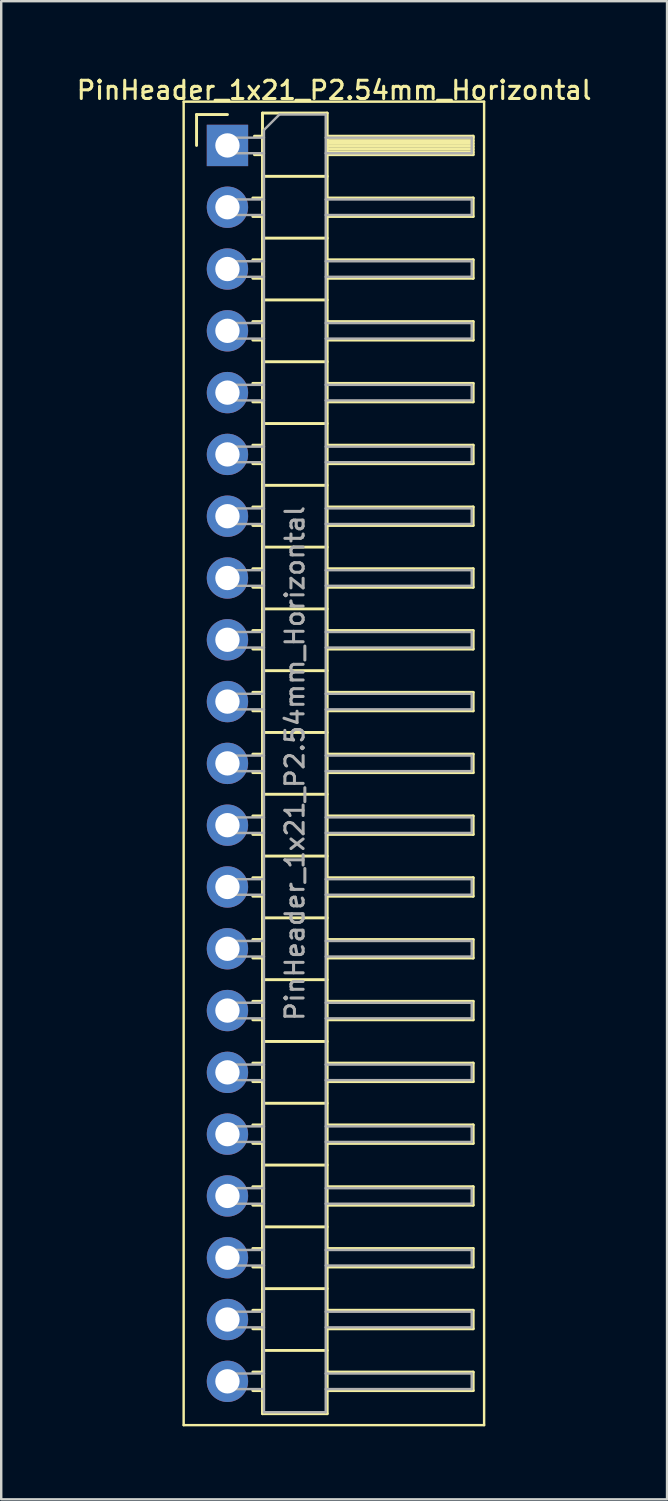
<source format=kicad_pcb>
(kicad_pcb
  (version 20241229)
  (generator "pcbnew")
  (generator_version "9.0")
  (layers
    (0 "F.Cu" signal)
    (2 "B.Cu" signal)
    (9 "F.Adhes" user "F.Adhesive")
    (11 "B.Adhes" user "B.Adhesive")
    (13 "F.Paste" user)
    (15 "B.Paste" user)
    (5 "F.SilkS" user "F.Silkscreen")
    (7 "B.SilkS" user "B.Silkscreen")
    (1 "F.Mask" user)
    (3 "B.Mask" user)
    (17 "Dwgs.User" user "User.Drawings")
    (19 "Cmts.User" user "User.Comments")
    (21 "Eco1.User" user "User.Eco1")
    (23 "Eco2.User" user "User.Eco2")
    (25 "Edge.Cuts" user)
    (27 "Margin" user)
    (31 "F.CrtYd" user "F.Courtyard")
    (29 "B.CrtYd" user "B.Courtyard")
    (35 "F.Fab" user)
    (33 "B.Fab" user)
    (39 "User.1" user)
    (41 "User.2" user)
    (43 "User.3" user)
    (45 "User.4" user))
  (footprint "PinHeader_1x21_P2.54mm_Horizontal"
    (layer "F.Cu")
    (at 6.299 2.928)
    (property "Reference" "PinHeader_1x21_P2.54mm_Horizontal" (at 4.385 -2.27 0) (layer "F.SilkS") (effects (font (size 0.75 0.75) (thickness 0.125))))
    (attr through_hole)
    (fp_line (start -1.8 -1.8) (end -1.8 52.6) (stroke (width 0.1) (type solid)) (layer "F.SilkS"))
    (fp_line (start -1.8 52.6) (end 10.55 52.6) (stroke (width 0.1) (type solid)) (layer "F.SilkS"))
    (fp_line (start -1.27 -1.27) (end 0 -1.27) (stroke (width 0.12) (type solid)) (layer "F.SilkS"))
    (fp_line (start -1.27 0) (end -1.27 -1.27) (stroke (width 0.12) (type solid)) (layer "F.SilkS"))
    (fp_line (start 1.043 2.16) (end 1.44 2.16) (stroke (width 0.12) (type solid)) (layer "F.SilkS"))
    (fp_line (start 1.043 2.92) (end 1.44 2.92) (stroke (width 0.12) (type solid)) (layer "F.SilkS"))
    (fp_line (start 1.043 4.7) (end 1.44 4.7) (stroke (width 0.12) (type solid)) (layer "F.SilkS"))
    (fp_line (start 1.043 5.46) (end 1.44 5.46) (stroke (width 0.12) (type solid)) (layer "F.SilkS"))
    (fp_line (start 1.043 7.24) (end 1.44 7.24) (stroke (width 0.12) (type solid)) (layer "F.SilkS"))
    (fp_line (start 1.043 8) (end 1.44 8) (stroke (width 0.12) (type solid)) (layer "F.SilkS"))
    (fp_line (start 1.043 9.78) (end 1.44 9.78) (stroke (width 0.12) (type solid)) (layer "F.SilkS"))
    (fp_line (start 1.043 10.54) (end 1.44 10.54) (stroke (width 0.12) (type solid)) (layer "F.SilkS"))
    (fp_line (start 1.043 12.32) (end 1.44 12.32) (stroke (width 0.12) (type solid)) (layer "F.SilkS"))
    (fp_line (start 1.043 13.08) (end 1.44 13.08) (stroke (width 0.12) (type solid)) (layer "F.SilkS"))
    (fp_line (start 1.043 14.86) (end 1.44 14.86) (stroke (width 0.12) (type solid)) (layer "F.SilkS"))
    (fp_line (start 1.043 15.62) (end 1.44 15.62) (stroke (width 0.12) (type solid)) (layer "F.SilkS"))
    (fp_line (start 1.043 17.4) (end 1.44 17.4) (stroke (width 0.12) (type solid)) (layer "F.SilkS"))
    (fp_line (start 1.043 18.16) (end 1.44 18.16) (stroke (width 0.12) (type solid)) (layer "F.SilkS"))
    (fp_line (start 1.043 19.94) (end 1.44 19.94) (stroke (width 0.12) (type solid)) (layer "F.SilkS"))
    (fp_line (start 1.043 20.7) (end 1.44 20.7) (stroke (width 0.12) (type solid)) (layer "F.SilkS"))
    (fp_line (start 1.043 22.48) (end 1.44 22.48) (stroke (width 0.12) (type solid)) (layer "F.SilkS"))
    (fp_line (start 1.043 23.24) (end 1.44 23.24) (stroke (width 0.12) (type solid)) (layer "F.SilkS"))
    (fp_line (start 1.043 25.02) (end 1.44 25.02) (stroke (width 0.12) (type solid)) (layer "F.SilkS"))
    (fp_line (start 1.043 25.78) (end 1.44 25.78) (stroke (width 0.12) (type solid)) (layer "F.SilkS"))
    (fp_line (start 1.043 27.56) (end 1.44 27.56) (stroke (width 0.12) (type solid)) (layer "F.SilkS"))
    (fp_line (start 1.043 28.32) (end 1.44 28.32) (stroke (width 0.12) (type solid)) (layer "F.SilkS"))
    (fp_line (start 1.043 30.1) (end 1.44 30.1) (stroke (width 0.12) (type solid)) (layer "F.SilkS"))
    (fp_line (start 1.043 30.86) (end 1.44 30.86) (stroke (width 0.12) (type solid)) (layer "F.SilkS"))
    (fp_line (start 1.043 32.64) (end 1.44 32.64) (stroke (width 0.12) (type solid)) (layer "F.SilkS"))
    (fp_line (start 1.043 33.4) (end 1.44 33.4) (stroke (width 0.12) (type solid)) (layer "F.SilkS"))
    (fp_line (start 1.043 35.18) (end 1.44 35.18) (stroke (width 0.12) (type solid)) (layer "F.SilkS"))
    (fp_line (start 1.043 35.94) (end 1.44 35.94) (stroke (width 0.12) (type solid)) (layer "F.SilkS"))
    (fp_line (start 1.043 37.72) (end 1.44 37.72) (stroke (width 0.12) (type solid)) (layer "F.SilkS"))
    (fp_line (start 1.043 38.48) (end 1.44 38.48) (stroke (width 0.12) (type solid)) (layer "F.SilkS"))
    (fp_line (start 1.043 40.26) (end 1.44 40.26) (stroke (width 0.12) (type solid)) (layer "F.SilkS"))
    (fp_line (start 1.043 41.02) (end 1.44 41.02) (stroke (width 0.12) (type solid)) (layer "F.SilkS"))
    (fp_line (start 1.043 42.8) (end 1.44 42.8) (stroke (width 0.12) (type solid)) (layer "F.SilkS"))
    (fp_line (start 1.043 43.56) (end 1.44 43.56) (stroke (width 0.12) (type solid)) (layer "F.SilkS"))
    (fp_line (start 1.043 45.34) (end 1.44 45.34) (stroke (width 0.12) (type solid)) (layer "F.SilkS"))
    (fp_line (start 1.043 46.1) (end 1.44 46.1) (stroke (width 0.12) (type solid)) (layer "F.SilkS"))
    (fp_line (start 1.043 47.88) (end 1.44 47.88) (stroke (width 0.12) (type solid)) (layer "F.SilkS"))
    (fp_line (start 1.043 48.64) (end 1.44 48.64) (stroke (width 0.12) (type solid)) (layer "F.SilkS"))
    (fp_line (start 1.043 50.42) (end 1.44 50.42) (stroke (width 0.12) (type solid)) (layer "F.SilkS"))
    (fp_line (start 1.043 51.18) (end 1.44 51.18) (stroke (width 0.12) (type solid)) (layer "F.SilkS"))
    (fp_line (start 1.11 -0.38) (end 1.44 -0.38) (stroke (width 0.12) (type solid)) (layer "F.SilkS"))
    (fp_line (start 1.11 0.38) (end 1.44 0.38) (stroke (width 0.12) (type solid)) (layer "F.SilkS"))
    (fp_line (start 1.44 -1.33) (end 1.44 52.13) (stroke (width 0.12) (type solid)) (layer "F.SilkS"))
    (fp_line (start 1.44 1.27) (end 4.1 1.27) (stroke (width 0.12) (type solid)) (layer "F.SilkS"))
    (fp_line (start 1.44 3.81) (end 4.1 3.81) (stroke (width 0.12) (type solid)) (layer "F.SilkS"))
    (fp_line (start 1.44 6.35) (end 4.1 6.35) (stroke (width 0.12) (type solid)) (layer "F.SilkS"))
    (fp_line (start 1.44 8.89) (end 4.1 8.89) (stroke (width 0.12) (type solid)) (layer "F.SilkS"))
    (fp_line (start 1.44 11.43) (end 4.1 11.43) (stroke (width 0.12) (type solid)) (layer "F.SilkS"))
    (fp_line (start 1.44 13.97) (end 4.1 13.97) (stroke (width 0.12) (type solid)) (layer "F.SilkS"))
    (fp_line (start 1.44 16.51) (end 4.1 16.51) (stroke (width 0.12) (type solid)) (layer "F.SilkS"))
    (fp_line (start 1.44 19.05) (end 4.1 19.05) (stroke (width 0.12) (type solid)) (layer "F.SilkS"))
    (fp_line (start 1.44 21.59) (end 4.1 21.59) (stroke (width 0.12) (type solid)) (layer "F.SilkS"))
    (fp_line (start 1.44 24.13) (end 4.1 24.13) (stroke (width 0.12) (type solid)) (layer "F.SilkS"))
    (fp_line (start 1.44 26.67) (end 4.1 26.67) (stroke (width 0.12) (type solid)) (layer "F.SilkS"))
    (fp_line (start 1.44 29.21) (end 4.1 29.21) (stroke (width 0.12) (type solid)) (layer "F.SilkS"))
    (fp_line (start 1.44 31.75) (end 4.1 31.75) (stroke (width 0.12) (type solid)) (layer "F.SilkS"))
    (fp_line (start 1.44 34.29) (end 4.1 34.29) (stroke (width 0.12) (type solid)) (layer "F.SilkS"))
    (fp_line (start 1.44 36.83) (end 4.1 36.83) (stroke (width 0.12) (type solid)) (layer "F.SilkS"))
    (fp_line (start 1.44 39.37) (end 4.1 39.37) (stroke (width 0.12) (type solid)) (layer "F.SilkS"))
    (fp_line (start 1.44 41.91) (end 4.1 41.91) (stroke (width 0.12) (type solid)) (layer "F.SilkS"))
    (fp_line (start 1.44 44.45) (end 4.1 44.45) (stroke (width 0.12) (type solid)) (layer "F.SilkS"))
    (fp_line (start 1.44 46.99) (end 4.1 46.99) (stroke (width 0.12) (type solid)) (layer "F.SilkS"))
    (fp_line (start 1.44 49.53) (end 4.1 49.53) (stroke (width 0.12) (type solid)) (layer "F.SilkS"))
    (fp_line (start 1.44 52.13) (end 4.1 52.13) (stroke (width 0.12) (type solid)) (layer "F.SilkS"))
    (fp_line (start 4.1 -1.33) (end 1.44 -1.33) (stroke (width 0.12) (type solid)) (layer "F.SilkS"))
    (fp_line (start 4.1 -0.38) (end 10.1 -0.38) (stroke (width 0.12) (type solid)) (layer "F.SilkS"))
    (fp_line (start 4.1 -0.32) (end 10.1 -0.32) (stroke (width 0.12) (type solid)) (layer "F.SilkS"))
    (fp_line (start 4.1 -0.2) (end 10.1 -0.2) (stroke (width 0.12) (type solid)) (layer "F.SilkS"))
    (fp_line (start 4.1 -0.08) (end 10.1 -0.08) (stroke (width 0.12) (type solid)) (layer "F.SilkS"))
    (fp_line (start 4.1 0.04) (end 10.1 0.04) (stroke (width 0.12) (type solid)) (layer "F.SilkS"))
    (fp_line (start 4.1 0.16) (end 10.1 0.16) (stroke (width 0.12) (type solid)) (layer "F.SilkS"))
    (fp_line (start 4.1 0.28) (end 10.1 0.28) (stroke (width 0.12) (type solid)) (layer "F.SilkS"))
    (fp_line (start 4.1 2.16) (end 10.1 2.16) (stroke (width 0.12) (type solid)) (layer "F.SilkS"))
    (fp_line (start 4.1 4.7) (end 10.1 4.7) (stroke (width 0.12) (type solid)) (layer "F.SilkS"))
    (fp_line (start 4.1 7.24) (end 10.1 7.24) (stroke (width 0.12) (type solid)) (layer "F.SilkS"))
    (fp_line (start 4.1 9.78) (end 10.1 9.78) (stroke (width 0.12) (type solid)) (layer "F.SilkS"))
    (fp_line (start 4.1 12.32) (end 10.1 12.32) (stroke (width 0.12) (type solid)) (layer "F.SilkS"))
    (fp_line (start 4.1 14.86) (end 10.1 14.86) (stroke (width 0.12) (type solid)) (layer "F.SilkS"))
    (fp_line (start 4.1 17.4) (end 10.1 17.4) (stroke (width 0.12) (type solid)) (layer "F.SilkS"))
    (fp_line (start 4.1 19.94) (end 10.1 19.94) (stroke (width 0.12) (type solid)) (layer "F.SilkS"))
    (fp_line (start 4.1 22.48) (end 10.1 22.48) (stroke (width 0.12) (type solid)) (layer "F.SilkS"))
    (fp_line (start 4.1 25.02) (end 10.1 25.02) (stroke (width 0.12) (type solid)) (layer "F.SilkS"))
    (fp_line (start 4.1 27.56) (end 10.1 27.56) (stroke (width 0.12) (type solid)) (layer "F.SilkS"))
    (fp_line (start 4.1 30.1) (end 10.1 30.1) (stroke (width 0.12) (type solid)) (layer "F.SilkS"))
    (fp_line (start 4.1 32.64) (end 10.1 32.64) (stroke (width 0.12) (type solid)) (layer "F.SilkS"))
    (fp_line (start 4.1 35.18) (end 10.1 35.18) (stroke (width 0.12) (type solid)) (layer "F.SilkS"))
    (fp_line (start 4.1 37.72) (end 10.1 37.72) (stroke (width 0.12) (type solid)) (layer "F.SilkS"))
    (fp_line (start 4.1 40.26) (end 10.1 40.26) (stroke (width 0.12) (type solid)) (layer "F.SilkS"))
    (fp_line (start 4.1 42.8) (end 10.1 42.8) (stroke (width 0.12) (type solid)) (layer "F.SilkS"))
    (fp_line (start 4.1 45.34) (end 10.1 45.34) (stroke (width 0.12) (type solid)) (layer "F.SilkS"))
    (fp_line (start 4.1 47.88) (end 10.1 47.88) (stroke (width 0.12) (type solid)) (layer "F.SilkS"))
    (fp_line (start 4.1 50.42) (end 10.1 50.42) (stroke (width 0.12) (type solid)) (layer "F.SilkS"))
    (fp_line (start 4.1 52.13) (end 4.1 -1.33) (stroke (width 0.12) (type solid)) (layer "F.SilkS"))
    (fp_line (start 10.1 -0.38) (end 10.1 0.38) (stroke (width 0.12) (type solid)) (layer "F.SilkS"))
    (fp_line (start 10.1 0.38) (end 4.1 0.38) (stroke (width 0.12) (type solid)) (layer "F.SilkS"))
    (fp_line (start 10.1 2.16) (end 10.1 2.92) (stroke (width 0.12) (type solid)) (layer "F.SilkS"))
    (fp_line (start 10.1 2.92) (end 4.1 2.92) (stroke (width 0.12) (type solid)) (layer "F.SilkS"))
    (fp_line (start 10.1 4.7) (end 10.1 5.46) (stroke (width 0.12) (type solid)) (layer "F.SilkS"))
    (fp_line (start 10.1 5.46) (end 4.1 5.46) (stroke (width 0.12) (type solid)) (layer "F.SilkS"))
    (fp_line (start 10.1 7.24) (end 10.1 8) (stroke (width 0.12) (type solid)) (layer "F.SilkS"))
    (fp_line (start 10.1 8) (end 4.1 8) (stroke (width 0.12) (type solid)) (layer "F.SilkS"))
    (fp_line (start 10.1 9.78) (end 10.1 10.54) (stroke (width 0.12) (type solid)) (layer "F.SilkS"))
    (fp_line (start 10.1 10.54) (end 4.1 10.54) (stroke (width 0.12) (type solid)) (layer "F.SilkS"))
    (fp_line (start 10.1 12.32) (end 10.1 13.08) (stroke (width 0.12) (type solid)) (layer "F.SilkS"))
    (fp_line (start 10.1 13.08) (end 4.1 13.08) (stroke (width 0.12) (type solid)) (layer "F.SilkS"))
    (fp_line (start 10.1 14.86) (end 10.1 15.62) (stroke (width 0.12) (type solid)) (layer "F.SilkS"))
    (fp_line (start 10.1 15.62) (end 4.1 15.62) (stroke (width 0.12) (type solid)) (layer "F.SilkS"))
    (fp_line (start 10.1 17.4) (end 10.1 18.16) (stroke (width 0.12) (type solid)) (layer "F.SilkS"))
    (fp_line (start 10.1 18.16) (end 4.1 18.16) (stroke (width 0.12) (type solid)) (layer "F.SilkS"))
    (fp_line (start 10.1 19.94) (end 10.1 20.7) (stroke (width 0.12) (type solid)) (layer "F.SilkS"))
    (fp_line (start 10.1 20.7) (end 4.1 20.7) (stroke (width 0.12) (type solid)) (layer "F.SilkS"))
    (fp_line (start 10.1 22.48) (end 10.1 23.24) (stroke (width 0.12) (type solid)) (layer "F.SilkS"))
    (fp_line (start 10.1 23.24) (end 4.1 23.24) (stroke (width 0.12) (type solid)) (layer "F.SilkS"))
    (fp_line (start 10.1 25.02) (end 10.1 25.78) (stroke (width 0.12) (type solid)) (layer "F.SilkS"))
    (fp_line (start 10.1 25.78) (end 4.1 25.78) (stroke (width 0.12) (type solid)) (layer "F.SilkS"))
    (fp_line (start 10.1 27.56) (end 10.1 28.32) (stroke (width 0.12) (type solid)) (layer "F.SilkS"))
    (fp_line (start 10.1 28.32) (end 4.1 28.32) (stroke (width 0.12) (type solid)) (layer "F.SilkS"))
    (fp_line (start 10.1 30.1) (end 10.1 30.86) (stroke (width 0.12) (type solid)) (layer "F.SilkS"))
    (fp_line (start 10.1 30.86) (end 4.1 30.86) (stroke (width 0.12) (type solid)) (layer "F.SilkS"))
    (fp_line (start 10.1 32.64) (end 10.1 33.4) (stroke (width 0.12) (type solid)) (layer "F.SilkS"))
    (fp_line (start 10.1 33.4) (end 4.1 33.4) (stroke (width 0.12) (type solid)) (layer "F.SilkS"))
    (fp_line (start 10.1 35.18) (end 10.1 35.94) (stroke (width 0.12) (type solid)) (layer "F.SilkS"))
    (fp_line (start 10.1 35.94) (end 4.1 35.94) (stroke (width 0.12) (type solid)) (layer "F.SilkS"))
    (fp_line (start 10.1 37.72) (end 10.1 38.48) (stroke (width 0.12) (type solid)) (layer "F.SilkS"))
    (fp_line (start 10.1 38.48) (end 4.1 38.48) (stroke (width 0.12) (type solid)) (layer "F.SilkS"))
    (fp_line (start 10.1 40.26) (end 10.1 41.02) (stroke (width 0.12) (type solid)) (layer "F.SilkS"))
    (fp_line (start 10.1 41.02) (end 4.1 41.02) (stroke (width 0.12) (type solid)) (layer "F.SilkS"))
    (fp_line (start 10.1 42.8) (end 10.1 43.56) (stroke (width 0.12) (type solid)) (layer "F.SilkS"))
    (fp_line (start 10.1 43.56) (end 4.1 43.56) (stroke (width 0.12) (type solid)) (layer "F.SilkS"))
    (fp_line (start 10.1 45.34) (end 10.1 46.1) (stroke (width 0.12) (type solid)) (layer "F.SilkS"))
    (fp_line (start 10.1 46.1) (end 4.1 46.1) (stroke (width 0.12) (type solid)) (layer "F.SilkS"))
    (fp_line (start 10.1 47.88) (end 10.1 48.64) (stroke (width 0.12) (type solid)) (layer "F.SilkS"))
    (fp_line (start 10.1 48.64) (end 4.1 48.64) (stroke (width 0.12) (type solid)) (layer "F.SilkS"))
    (fp_line (start 10.1 50.42) (end 10.1 51.18) (stroke (width 0.12) (type solid)) (layer "F.SilkS"))
    (fp_line (start 10.1 51.18) (end 4.1 51.18) (stroke (width 0.12) (type solid)) (layer "F.SilkS"))
    (fp_line (start 10.55 -1.8) (end -1.8 -1.8) (stroke (width 0.1) (type solid)) (layer "F.SilkS"))
    (fp_line (start 10.55 52.6) (end 10.55 -1.8) (stroke (width 0.1) (type solid)) (layer "F.SilkS"))
    (fp_line (start -0.32 -0.32) (end -0.32 0.32) (stroke (width 0.1) (type solid)) (layer "F.Fab"))
    (fp_line (start -0.32 -0.32) (end 1.5 -0.32) (stroke (width 0.1) (type solid)) (layer "F.Fab"))
    (fp_line (start -0.32 0.32) (end 1.5 0.32) (stroke (width 0.1) (type solid)) (layer "F.Fab"))
    (fp_line (start -0.32 2.22) (end -0.32 2.86) (stroke (width 0.1) (type solid)) (layer "F.Fab"))
    (fp_line (start -0.32 2.22) (end 1.5 2.22) (stroke (width 0.1) (type solid)) (layer "F.Fab"))
    (fp_line (start -0.32 2.86) (end 1.5 2.86) (stroke (width 0.1) (type solid)) (layer "F.Fab"))
    (fp_line (start -0.32 4.76) (end -0.32 5.4) (stroke (width 0.1) (type solid)) (layer "F.Fab"))
    (fp_line (start -0.32 4.76) (end 1.5 4.76) (stroke (width 0.1) (type solid)) (layer "F.Fab"))
    (fp_line (start -0.32 5.4) (end 1.5 5.4) (stroke (width 0.1) (type solid)) (layer "F.Fab"))
    (fp_line (start -0.32 7.3) (end -0.32 7.94) (stroke (width 0.1) (type solid)) (layer "F.Fab"))
    (fp_line (start -0.32 7.3) (end 1.5 7.3) (stroke (width 0.1) (type solid)) (layer "F.Fab"))
    (fp_line (start -0.32 7.94) (end 1.5 7.94) (stroke (width 0.1) (type solid)) (layer "F.Fab"))
    (fp_line (start -0.32 9.84) (end -0.32 10.48) (stroke (width 0.1) (type solid)) (layer "F.Fab"))
    (fp_line (start -0.32 9.84) (end 1.5 9.84) (stroke (width 0.1) (type solid)) (layer "F.Fab"))
    (fp_line (start -0.32 10.48) (end 1.5 10.48) (stroke (width 0.1) (type solid)) (layer "F.Fab"))
    (fp_line (start -0.32 12.38) (end -0.32 13.02) (stroke (width 0.1) (type solid)) (layer "F.Fab"))
    (fp_line (start -0.32 12.38) (end 1.5 12.38) (stroke (width 0.1) (type solid)) (layer "F.Fab"))
    (fp_line (start -0.32 13.02) (end 1.5 13.02) (stroke (width 0.1) (type solid)) (layer "F.Fab"))
    (fp_line (start -0.32 14.92) (end -0.32 15.56) (stroke (width 0.1) (type solid)) (layer "F.Fab"))
    (fp_line (start -0.32 14.92) (end 1.5 14.92) (stroke (width 0.1) (type solid)) (layer "F.Fab"))
    (fp_line (start -0.32 15.56) (end 1.5 15.56) (stroke (width 0.1) (type solid)) (layer "F.Fab"))
    (fp_line (start -0.32 17.46) (end -0.32 18.1) (stroke (width 0.1) (type solid)) (layer "F.Fab"))
    (fp_line (start -0.32 17.46) (end 1.5 17.46) (stroke (width 0.1) (type solid)) (layer "F.Fab"))
    (fp_line (start -0.32 18.1) (end 1.5 18.1) (stroke (width 0.1) (type solid)) (layer "F.Fab"))
    (fp_line (start -0.32 20) (end -0.32 20.64) (stroke (width 0.1) (type solid)) (layer "F.Fab"))
    (fp_line (start -0.32 20) (end 1.5 20) (stroke (width 0.1) (type solid)) (layer "F.Fab"))
    (fp_line (start -0.32 20.64) (end 1.5 20.64) (stroke (width 0.1) (type solid)) (layer "F.Fab"))
    (fp_line (start -0.32 22.54) (end -0.32 23.18) (stroke (width 0.1) (type solid)) (layer "F.Fab"))
    (fp_line (start -0.32 22.54) (end 1.5 22.54) (stroke (width 0.1) (type solid)) (layer "F.Fab"))
    (fp_line (start -0.32 23.18) (end 1.5 23.18) (stroke (width 0.1) (type solid)) (layer "F.Fab"))
    (fp_line (start -0.32 25.08) (end -0.32 25.72) (stroke (width 0.1) (type solid)) (layer "F.Fab"))
    (fp_line (start -0.32 25.08) (end 1.5 25.08) (stroke (width 0.1) (type solid)) (layer "F.Fab"))
    (fp_line (start -0.32 25.72) (end 1.5 25.72) (stroke (width 0.1) (type solid)) (layer "F.Fab"))
    (fp_line (start -0.32 27.62) (end -0.32 28.26) (stroke (width 0.1) (type solid)) (layer "F.Fab"))
    (fp_line (start -0.32 27.62) (end 1.5 27.62) (stroke (width 0.1) (type solid)) (layer "F.Fab"))
    (fp_line (start -0.32 28.26) (end 1.5 28.26) (stroke (width 0.1) (type solid)) (layer "F.Fab"))
    (fp_line (start -0.32 30.16) (end -0.32 30.8) (stroke (width 0.1) (type solid)) (layer "F.Fab"))
    (fp_line (start -0.32 30.16) (end 1.5 30.16) (stroke (width 0.1) (type solid)) (layer "F.Fab"))
    (fp_line (start -0.32 30.8) (end 1.5 30.8) (stroke (width 0.1) (type solid)) (layer "F.Fab"))
    (fp_line (start -0.32 32.7) (end -0.32 33.34) (stroke (width 0.1) (type solid)) (layer "F.Fab"))
    (fp_line (start -0.32 32.7) (end 1.5 32.7) (stroke (width 0.1) (type solid)) (layer "F.Fab"))
    (fp_line (start -0.32 33.34) (end 1.5 33.34) (stroke (width 0.1) (type solid)) (layer "F.Fab"))
    (fp_line (start -0.32 35.24) (end -0.32 35.88) (stroke (width 0.1) (type solid)) (layer "F.Fab"))
    (fp_line (start -0.32 35.24) (end 1.5 35.24) (stroke (width 0.1) (type solid)) (layer "F.Fab"))
    (fp_line (start -0.32 35.88) (end 1.5 35.88) (stroke (width 0.1) (type solid)) (layer "F.Fab"))
    (fp_line (start -0.32 37.78) (end -0.32 38.42) (stroke (width 0.1) (type solid)) (layer "F.Fab"))
    (fp_line (start -0.32 37.78) (end 1.5 37.78) (stroke (width 0.1) (type solid)) (layer "F.Fab"))
    (fp_line (start -0.32 38.42) (end 1.5 38.42) (stroke (width 0.1) (type solid)) (layer "F.Fab"))
    (fp_line (start -0.32 40.32) (end -0.32 40.96) (stroke (width 0.1) (type solid)) (layer "F.Fab"))
    (fp_line (start -0.32 40.32) (end 1.5 40.32) (stroke (width 0.1) (type solid)) (layer "F.Fab"))
    (fp_line (start -0.32 40.96) (end 1.5 40.96) (stroke (width 0.1) (type solid)) (layer "F.Fab"))
    (fp_line (start -0.32 42.86) (end -0.32 43.5) (stroke (width 0.1) (type solid)) (layer "F.Fab"))
    (fp_line (start -0.32 42.86) (end 1.5 42.86) (stroke (width 0.1) (type solid)) (layer "F.Fab"))
    (fp_line (start -0.32 43.5) (end 1.5 43.5) (stroke (width 0.1) (type solid)) (layer "F.Fab"))
    (fp_line (start -0.32 45.4) (end -0.32 46.04) (stroke (width 0.1) (type solid)) (layer "F.Fab"))
    (fp_line (start -0.32 45.4) (end 1.5 45.4) (stroke (width 0.1) (type solid)) (layer "F.Fab"))
    (fp_line (start -0.32 46.04) (end 1.5 46.04) (stroke (width 0.1) (type solid)) (layer "F.Fab"))
    (fp_line (start -0.32 47.94) (end -0.32 48.58) (stroke (width 0.1) (type solid)) (layer "F.Fab"))
    (fp_line (start -0.32 47.94) (end 1.5 47.94) (stroke (width 0.1) (type solid)) (layer "F.Fab"))
    (fp_line (start -0.32 48.58) (end 1.5 48.58) (stroke (width 0.1) (type solid)) (layer "F.Fab"))
    (fp_line (start -0.32 50.48) (end -0.32 51.12) (stroke (width 0.1) (type solid)) (layer "F.Fab"))
    (fp_line (start -0.32 50.48) (end 1.5 50.48) (stroke (width 0.1) (type solid)) (layer "F.Fab"))
    (fp_line (start -0.32 51.12) (end 1.5 51.12) (stroke (width 0.1) (type solid)) (layer "F.Fab"))
    (fp_line (start 1.5 -0.635) (end 2.135 -1.27) (stroke (width 0.1) (type solid)) (layer "F.Fab"))
    (fp_line (start 1.5 52.07) (end 1.5 -0.635) (stroke (width 0.1) (type solid)) (layer "F.Fab"))
    (fp_line (start 2.135 -1.27) (end 4.04 -1.27) (stroke (width 0.1) (type solid)) (layer "F.Fab"))
    (fp_line (start 4.04 -1.27) (end 4.04 52.07) (stroke (width 0.1) (type solid)) (layer "F.Fab"))
    (fp_line (start 4.04 -0.32) (end 10.04 -0.32) (stroke (width 0.1) (type solid)) (layer "F.Fab"))
    (fp_line (start 4.04 0.32) (end 10.04 0.32) (stroke (width 0.1) (type solid)) (layer "F.Fab"))
    (fp_line (start 4.04 2.22) (end 10.04 2.22) (stroke (width 0.1) (type solid)) (layer "F.Fab"))
    (fp_line (start 4.04 2.86) (end 10.04 2.86) (stroke (width 0.1) (type solid)) (layer "F.Fab"))
    (fp_line (start 4.04 4.76) (end 10.04 4.76) (stroke (width 0.1) (type solid)) (layer "F.Fab"))
    (fp_line (start 4.04 5.4) (end 10.04 5.4) (stroke (width 0.1) (type solid)) (layer "F.Fab"))
    (fp_line (start 4.04 7.3) (end 10.04 7.3) (stroke (width 0.1) (type solid)) (layer "F.Fab"))
    (fp_line (start 4.04 7.94) (end 10.04 7.94) (stroke (width 0.1) (type solid)) (layer "F.Fab"))
    (fp_line (start 4.04 9.84) (end 10.04 9.84) (stroke (width 0.1) (type solid)) (layer "F.Fab"))
    (fp_line (start 4.04 10.48) (end 10.04 10.48) (stroke (width 0.1) (type solid)) (layer "F.Fab"))
    (fp_line (start 4.04 12.38) (end 10.04 12.38) (stroke (width 0.1) (type solid)) (layer "F.Fab"))
    (fp_line (start 4.04 13.02) (end 10.04 13.02) (stroke (width 0.1) (type solid)) (layer "F.Fab"))
    (fp_line (start 4.04 14.92) (end 10.04 14.92) (stroke (width 0.1) (type solid)) (layer "F.Fab"))
    (fp_line (start 4.04 15.56) (end 10.04 15.56) (stroke (width 0.1) (type solid)) (layer "F.Fab"))
    (fp_line (start 4.04 17.46) (end 10.04 17.46) (stroke (width 0.1) (type solid)) (layer "F.Fab"))
    (fp_line (start 4.04 18.1) (end 10.04 18.1) (stroke (width 0.1) (type solid)) (layer "F.Fab"))
    (fp_line (start 4.04 20) (end 10.04 20) (stroke (width 0.1) (type solid)) (layer "F.Fab"))
    (fp_line (start 4.04 20.64) (end 10.04 20.64) (stroke (width 0.1) (type solid)) (layer "F.Fab"))
    (fp_line (start 4.04 22.54) (end 10.04 22.54) (stroke (width 0.1) (type solid)) (layer "F.Fab"))
    (fp_line (start 4.04 23.18) (end 10.04 23.18) (stroke (width 0.1) (type solid)) (layer "F.Fab"))
    (fp_line (start 4.04 25.08) (end 10.04 25.08) (stroke (width 0.1) (type solid)) (layer "F.Fab"))
    (fp_line (start 4.04 25.72) (end 10.04 25.72) (stroke (width 0.1) (type solid)) (layer "F.Fab"))
    (fp_line (start 4.04 27.62) (end 10.04 27.62) (stroke (width 0.1) (type solid)) (layer "F.Fab"))
    (fp_line (start 4.04 28.26) (end 10.04 28.26) (stroke (width 0.1) (type solid)) (layer "F.Fab"))
    (fp_line (start 4.04 30.16) (end 10.04 30.16) (stroke (width 0.1) (type solid)) (layer "F.Fab"))
    (fp_line (start 4.04 30.8) (end 10.04 30.8) (stroke (width 0.1) (type solid)) (layer "F.Fab"))
    (fp_line (start 4.04 32.7) (end 10.04 32.7) (stroke (width 0.1) (type solid)) (layer "F.Fab"))
    (fp_line (start 4.04 33.34) (end 10.04 33.34) (stroke (width 0.1) (type solid)) (layer "F.Fab"))
    (fp_line (start 4.04 35.24) (end 10.04 35.24) (stroke (width 0.1) (type solid)) (layer "F.Fab"))
    (fp_line (start 4.04 35.88) (end 10.04 35.88) (stroke (width 0.1) (type solid)) (layer "F.Fab"))
    (fp_line (start 4.04 37.78) (end 10.04 37.78) (stroke (width 0.1) (type solid)) (layer "F.Fab"))
    (fp_line (start 4.04 38.42) (end 10.04 38.42) (stroke (width 0.1) (type solid)) (layer "F.Fab"))
    (fp_line (start 4.04 40.32) (end 10.04 40.32) (stroke (width 0.1) (type solid)) (layer "F.Fab"))
    (fp_line (start 4.04 40.96) (end 10.04 40.96) (stroke (width 0.1) (type solid)) (layer "F.Fab"))
    (fp_line (start 4.04 42.86) (end 10.04 42.86) (stroke (width 0.1) (type solid)) (layer "F.Fab"))
    (fp_line (start 4.04 43.5) (end 10.04 43.5) (stroke (width 0.1) (type solid)) (layer "F.Fab"))
    (fp_line (start 4.04 45.4) (end 10.04 45.4) (stroke (width 0.1) (type solid)) (layer "F.Fab"))
    (fp_line (start 4.04 46.04) (end 10.04 46.04) (stroke (width 0.1) (type solid)) (layer "F.Fab"))
    (fp_line (start 4.04 47.94) (end 10.04 47.94) (stroke (width 0.1) (type solid)) (layer "F.Fab"))
    (fp_line (start 4.04 48.58) (end 10.04 48.58) (stroke (width 0.1) (type solid)) (layer "F.Fab"))
    (fp_line (start 4.04 50.48) (end 10.04 50.48) (stroke (width 0.1) (type solid)) (layer "F.Fab"))
    (fp_line (start 4.04 51.12) (end 10.04 51.12) (stroke (width 0.1) (type solid)) (layer "F.Fab"))
    (fp_line (start 4.04 52.07) (end 1.5 52.07) (stroke (width 0.1) (type solid)) (layer "F.Fab"))
    (fp_line (start 10.04 -0.32) (end 10.04 0.32) (stroke (width 0.1) (type solid)) (layer "F.Fab"))
    (fp_line (start 10.04 2.22) (end 10.04 2.86) (stroke (width 0.1) (type solid)) (layer "F.Fab"))
    (fp_line (start 10.04 4.76) (end 10.04 5.4) (stroke (width 0.1) (type solid)) (layer "F.Fab"))
    (fp_line (start 10.04 7.3) (end 10.04 7.94) (stroke (width 0.1) (type solid)) (layer "F.Fab"))
    (fp_line (start 10.04 9.84) (end 10.04 10.48) (stroke (width 0.1) (type solid)) (layer "F.Fab"))
    (fp_line (start 10.04 12.38) (end 10.04 13.02) (stroke (width 0.1) (type solid)) (layer "F.Fab"))
    (fp_line (start 10.04 14.92) (end 10.04 15.56) (stroke (width 0.1) (type solid)) (layer "F.Fab"))
    (fp_line (start 10.04 17.46) (end 10.04 18.1) (stroke (width 0.1) (type solid)) (layer "F.Fab"))
    (fp_line (start 10.04 20) (end 10.04 20.64) (stroke (width 0.1) (type solid)) (layer "F.Fab"))
    (fp_line (start 10.04 22.54) (end 10.04 23.18) (stroke (width 0.1) (type solid)) (layer "F.Fab"))
    (fp_line (start 10.04 25.08) (end 10.04 25.72) (stroke (width 0.1) (type solid)) (layer "F.Fab"))
    (fp_line (start 10.04 27.62) (end 10.04 28.26) (stroke (width 0.1) (type solid)) (layer "F.Fab"))
    (fp_line (start 10.04 30.16) (end 10.04 30.8) (stroke (width 0.1) (type solid)) (layer "F.Fab"))
    (fp_line (start 10.04 32.7) (end 10.04 33.34) (stroke (width 0.1) (type solid)) (layer "F.Fab"))
    (fp_line (start 10.04 35.24) (end 10.04 35.88) (stroke (width 0.1) (type solid)) (layer "F.Fab"))
    (fp_line (start 10.04 37.78) (end 10.04 38.42) (stroke (width 0.1) (type solid)) (layer "F.Fab"))
    (fp_line (start 10.04 40.32) (end 10.04 40.96) (stroke (width 0.1) (type solid)) (layer "F.Fab"))
    (fp_line (start 10.04 42.86) (end 10.04 43.5) (stroke (width 0.1) (type solid)) (layer "F.Fab"))
    (fp_line (start 10.04 45.4) (end 10.04 46.04) (stroke (width 0.1) (type solid)) (layer "F.Fab"))
    (fp_line (start 10.04 47.94) (end 10.04 48.58) (stroke (width 0.1) (type solid)) (layer "F.Fab"))
    (fp_line (start 10.04 50.48) (end 10.04 51.12) (stroke (width 0.1) (type solid)) (layer "F.Fab"))
    (fp_text user "${REFERENCE}" (at 2.77 25.4 90) (layer "F.Fab") (effects (font (size 0.75 0.75) (thickness 0.125))))
    (pad "1" thru_hole rect (at 0 0) (size 1.7 1.7) (drill 1) (layers "*.Cu" "*.Mask"))
    (pad "2" thru_hole oval (at 0 2.54) (size 1.7 1.7) (drill 1) (layers "*.Cu" "*.Mask"))
    (pad "3" thru_hole oval (at 0 5.08) (size 1.7 1.7) (drill 1) (layers "*.Cu" "*.Mask"))
    (pad "4" thru_hole oval (at 0 7.62) (size 1.7 1.7) (drill 1) (layers "*.Cu" "*.Mask"))
    (pad "5" thru_hole oval (at 0 10.16) (size 1.7 1.7) (drill 1) (layers "*.Cu" "*.Mask"))
    (pad "6" thru_hole oval (at 0 12.7) (size 1.7 1.7) (drill 1) (layers "*.Cu" "*.Mask"))
    (pad "7" thru_hole oval (at 0 15.24) (size 1.7 1.7) (drill 1) (layers "*.Cu" "*.Mask"))
    (pad "8" thru_hole oval (at 0 17.78) (size 1.7 1.7) (drill 1) (layers "*.Cu" "*.Mask"))
    (pad "9" thru_hole oval (at 0 20.32) (size 1.7 1.7) (drill 1) (layers "*.Cu" "*.Mask"))
    (pad "10" thru_hole oval (at 0 22.86) (size 1.7 1.7) (drill 1) (layers "*.Cu" "*.Mask"))
    (pad "11" thru_hole oval (at 0 25.4) (size 1.7 1.7) (drill 1) (layers "*.Cu" "*.Mask"))
    (pad "12" thru_hole oval (at 0 27.94) (size 1.7 1.7) (drill 1) (layers "*.Cu" "*.Mask"))
    (pad "13" thru_hole oval (at 0 30.48) (size 1.7 1.7) (drill 1) (layers "*.Cu" "*.Mask"))
    (pad "14" thru_hole oval (at 0 33.02) (size 1.7 1.7) (drill 1) (layers "*.Cu" "*.Mask"))
    (pad "15" thru_hole oval (at 0 35.56) (size 1.7 1.7) (drill 1) (layers "*.Cu" "*.Mask"))
    (pad "16" thru_hole oval (at 0 38.1) (size 1.7 1.7) (drill 1) (layers "*.Cu" "*.Mask"))
    (pad "17" thru_hole oval (at 0 40.64) (size 1.7 1.7) (drill 1) (layers "*.Cu" "*.Mask"))
    (pad "18" thru_hole oval (at 0 43.18) (size 1.7 1.7) (drill 1) (layers "*.Cu" "*.Mask"))
    (pad "19" thru_hole oval (at 0 45.72) (size 1.7 1.7) (drill 1) (layers "*.Cu" "*.Mask"))
    (pad "20" thru_hole oval (at 0 48.26) (size 1.7 1.7) (drill 1) (layers "*.Cu" "*.Mask"))
    (pad "21" thru_hole oval (at 0 50.8) (size 1.7 1.7) (drill 1) (layers "*.Cu" "*.Mask")))
  (gr_rect
    (start -3 -3)
    (end 24.368 58.578)
    (stroke (width 0.1) (type default))
    (fill no)
    (layer "Edge.Cuts")))
</source>
